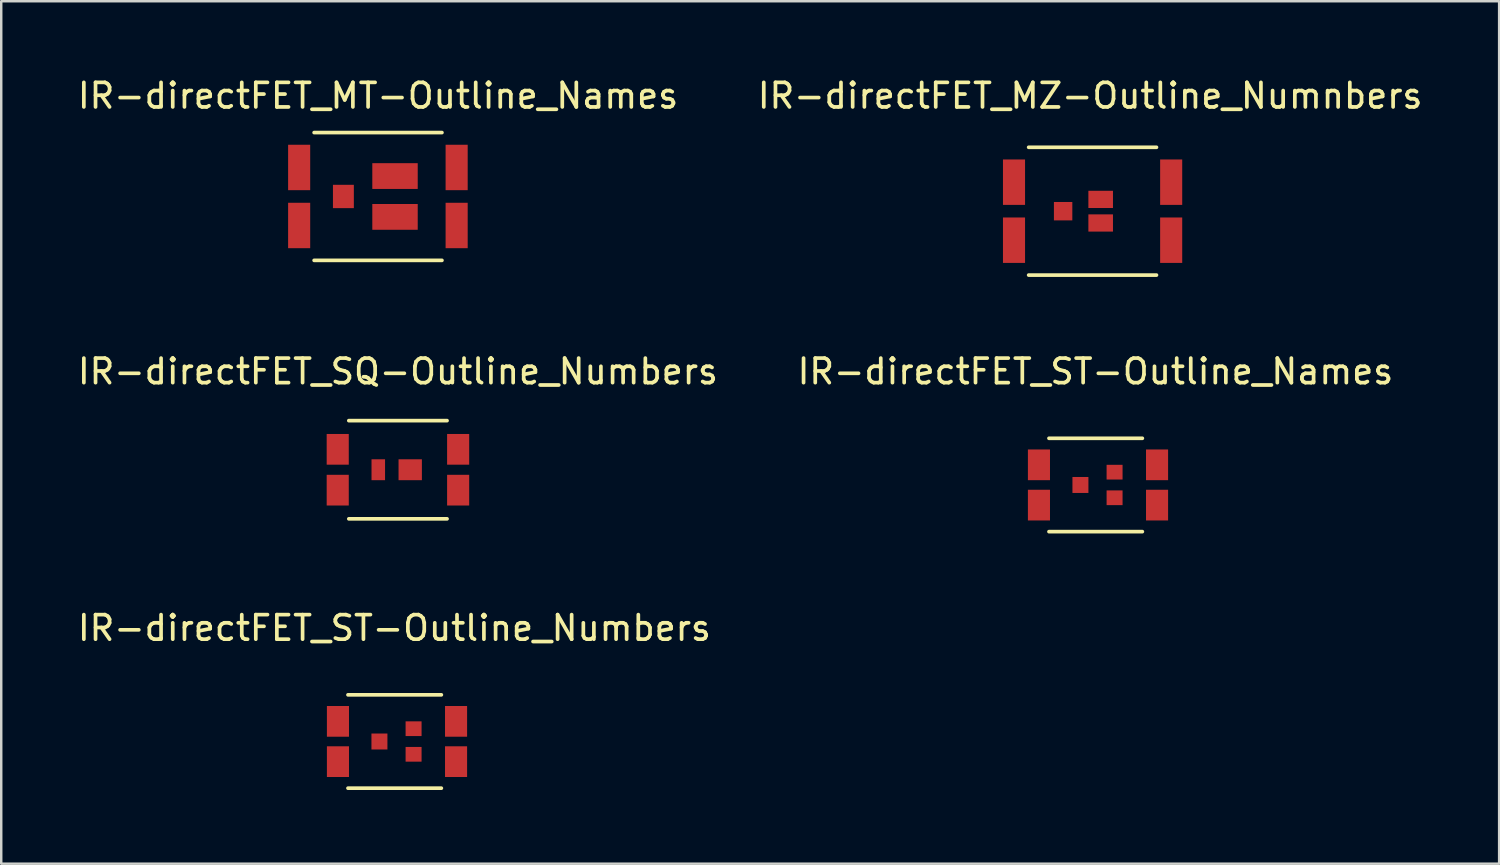
<source format=kicad_pcb>
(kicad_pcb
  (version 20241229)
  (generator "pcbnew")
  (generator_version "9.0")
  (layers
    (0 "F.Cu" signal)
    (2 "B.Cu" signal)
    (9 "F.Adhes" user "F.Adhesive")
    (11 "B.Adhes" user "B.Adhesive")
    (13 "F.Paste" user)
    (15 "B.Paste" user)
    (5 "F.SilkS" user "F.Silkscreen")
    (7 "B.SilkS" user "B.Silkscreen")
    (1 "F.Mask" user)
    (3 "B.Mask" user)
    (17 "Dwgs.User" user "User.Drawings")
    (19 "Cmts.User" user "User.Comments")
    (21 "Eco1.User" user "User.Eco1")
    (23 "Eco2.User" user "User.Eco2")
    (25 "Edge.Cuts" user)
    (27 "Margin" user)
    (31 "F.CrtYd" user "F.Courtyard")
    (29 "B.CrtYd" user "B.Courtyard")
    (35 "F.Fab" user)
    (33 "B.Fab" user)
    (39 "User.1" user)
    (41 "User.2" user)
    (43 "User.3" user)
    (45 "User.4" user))
  (footprint "IR-directFET_SQ-Outline_Numbers"
    (layer "F.Cu")
    (at 13.149 16.072)
    (property "Reference" "IR-directFET_SQ-Outline_Numbers" (at 0 -4 0) (layer "F.SilkS") (effects (font (size 1 1) (thickness 0.15))))
    (attr through_hole)
    (fp_line (start -1.999 -1.999) (end 1.999 -1.999) (stroke (width 0.15) (type solid)) (layer "F.SilkS"))
    (fp_line (start 1.999 1.999) (end -1.999 1.999) (stroke (width 0.15) (type solid)) (layer "F.SilkS"))
    (pad "1" smd rect (at 2.451 -0.831) (size 0.899 1.25) (layers "F.Cu" "F.Mask" "F.Paste"))
    (pad "2" smd rect (at 2.451 0.831) (size 0.899 1.25) (layers "F.Cu" "F.Mask" "F.Paste"))
    (pad "3" smd rect (at 0.5 0) (size 0.95 0.851) (layers "F.Cu" "F.Mask" "F.Paste"))
    (pad "4" smd rect (at -0.8 0) (size 0.551 0.851) (layers "F.Cu" "F.Mask" "F.Paste"))
    (pad "5" smd rect (at -2.451 -0.831) (size 0.899 1.25) (layers "F.Cu" "F.Mask" "F.Paste"))
    (pad "6" smd rect (at -2.451 0.831) (size 0.899 1.25) (layers "F.Cu" "F.Mask" "F.Paste")))
  (footprint "IR-directFET_ST-Outline_Numbers"
    (layer "F.Cu")
    (at 13.016 27.135)
    (property "Reference" "IR-directFET_ST-Outline_Numbers" (at -0.01 -4.62 0) (layer "F.SilkS") (effects (font (size 1 1) (thickness 0.15))))
    (attr through_hole)
    (fp_line (start -1.9 -1.9) (end 1.9 -1.9) (stroke (width 0.15) (type solid)) (layer "F.SilkS"))
    (fp_line (start -1.9 1.9) (end 1.9 1.9) (stroke (width 0.15) (type solid)) (layer "F.SilkS"))
    (pad "1" smd rect (at 2.499 -0.82) (size 0.899 1.25) (layers "F.Cu" "F.Mask" "F.Paste"))
    (pad "3" smd rect (at 2.499 0.82) (size 0.899 1.25) (layers "F.Cu" "F.Mask" "F.Paste"))
    (pad "4" smd rect (at 0.77 -0.521) (size 0.65 0.599) (layers "F.Cu" "F.Mask" "F.Paste"))
    (pad "4" smd rect (at 0.77 0.521) (size 0.65 0.599) (layers "F.Cu" "F.Mask" "F.Paste"))
    (pad "5" smd rect (at -0.62 0) (size 0.65 0.65) (layers "F.Cu" "F.Mask" "F.Paste"))
    (pad "6" smd rect (at -2.309 -0.82) (size 0.899 1.25) (layers "F.Cu" "F.Mask" "F.Paste"))
    (pad "7" smd rect (at -2.309 0.82) (size 0.899 1.25) (layers "F.Cu" "F.Mask" "F.Paste")))
  (footprint "IR-directFET_MZ-Outline_Numnbers"
    (layer "F.Cu")
    (at 41.426 5.547)
    (property "Reference" "IR-directFET_MZ-Outline_Numnbers" (at -0.099 -4.699 0) (layer "F.SilkS") (effects (font (size 1 1) (thickness 0.15))))
    (attr through_hole)
    (fp_line (start -2.601 -2.601) (end 2.601 -2.601) (stroke (width 0.15) (type solid)) (layer "F.SilkS"))
    (fp_line (start 2.601 2.601) (end -2.601 2.601) (stroke (width 0.15) (type solid)) (layer "F.SilkS"))
    (pad "1" smd rect (at 3.2 -1.181) (size 0.899 1.849) (layers "F.Cu" "F.Mask" "F.Paste"))
    (pad "2" smd rect (at 3.2 1.181) (size 0.899 1.849) (layers "F.Cu" "F.Mask" "F.Paste"))
    (pad "4" smd rect (at 0.33 -0.48) (size 1.001 0.701) (layers "F.Cu" "F.Mask" "F.Paste"))
    (pad "4" smd rect (at 0.33 0.48) (size 1.001 0.701) (layers "F.Cu" "F.Mask" "F.Paste"))
    (pad "5" smd rect (at -1.199 0) (size 0.749 0.749) (layers "F.Cu" "F.Mask" "F.Paste"))
    (pad "6" smd rect (at -3.198 -1.181) (size 0.899 1.849) (layers "F.Cu" "F.Mask" "F.Paste"))
    (pad "7" smd rect (at -3.198 1.181) (size 0.899 1.849) (layers "F.Cu" "F.Mask" "F.Paste")))
  (footprint "IR-directFET_ST-Outline_Names"
    (layer "F.Cu")
    (at 41.552 16.692)
    (property "Reference" "IR-directFET_ST-Outline_Names" (at -0.01 -4.62 0) (layer "F.SilkS") (effects (font (size 1 1) (thickness 0.15))))
    (attr through_hole)
    (fp_line (start -1.9 -1.9) (end 1.9 -1.9) (stroke (width 0.15) (type solid)) (layer "F.SilkS"))
    (fp_line (start -1.9 1.9) (end 1.9 1.9) (stroke (width 0.15) (type solid)) (layer "F.SilkS"))
    (pad "D" smd rect (at -2.309 -0.82) (size 0.899 1.25) (layers "F.Cu" "F.Mask" "F.Paste"))
    (pad "D" smd rect (at -2.309 0.82) (size 0.899 1.25) (layers "F.Cu" "F.Mask" "F.Paste"))
    (pad "D" smd rect (at 2.499 -0.82) (size 0.899 1.25) (layers "F.Cu" "F.Mask" "F.Paste"))
    (pad "D" smd rect (at 2.499 0.82) (size 0.899 1.25) (layers "F.Cu" "F.Mask" "F.Paste"))
    (pad "G" smd rect (at -0.62 0) (size 0.65 0.65) (layers "F.Cu" "F.Mask" "F.Paste"))
    (pad "S" smd rect (at 0.77 -0.521) (size 0.65 0.599) (layers "F.Cu" "F.Mask" "F.Paste"))
    (pad "S" smd rect (at 0.77 0.521) (size 0.65 0.599) (layers "F.Cu" "F.Mask" "F.Paste")))
  (footprint "IR-directFET_MT-Outline_Names"
    (layer "F.Cu")
    (at 12.339 4.948)
    (property "Reference" "IR-directFET_MT-Outline_Names" (at 0 -4.1 0) (layer "F.SilkS") (effects (font (size 1 1) (thickness 0.15))))
    (attr through_hole)
    (fp_line (start -2.601 -2.601) (end 2.601 -2.601) (stroke (width 0.15) (type solid)) (layer "F.SilkS"))
    (fp_line (start 2.601 2.601) (end -2.601 2.601) (stroke (width 0.15) (type solid)) (layer "F.SilkS"))
    (pad "D" smd rect (at -3.211 -1.181) (size 0.899 1.849) (layers "F.Cu" "F.Mask" "F.Paste"))
    (pad "D" smd rect (at -3.211 1.181) (size 0.899 1.849) (layers "F.Cu" "F.Mask" "F.Paste"))
    (pad "D" smd rect (at 3.2 -1.181) (size 0.899 1.849) (layers "F.Cu" "F.Mask" "F.Paste"))
    (pad "D" smd rect (at 3.2 1.181) (size 0.899 1.849) (layers "F.Cu" "F.Mask" "F.Paste"))
    (pad "G" smd rect (at -1.41 0) (size 0.851 0.95) (layers "F.Cu" "F.Mask" "F.Paste"))
    (pad "S" smd rect (at 0.691 -0.831) (size 1.849 1.049) (layers "F.Cu" "F.Mask" "F.Paste"))
    (pad "S" smd rect (at 0.691 0.831) (size 1.849 1.049) (layers "F.Cu" "F.Mask" "F.Paste")))
  (gr_rect
    (start -3 -3)
    (end 57.976 32.11)
    (stroke (width 0.1) (type default))
    (fill no)
    (layer "Edge.Cuts")))
</source>
